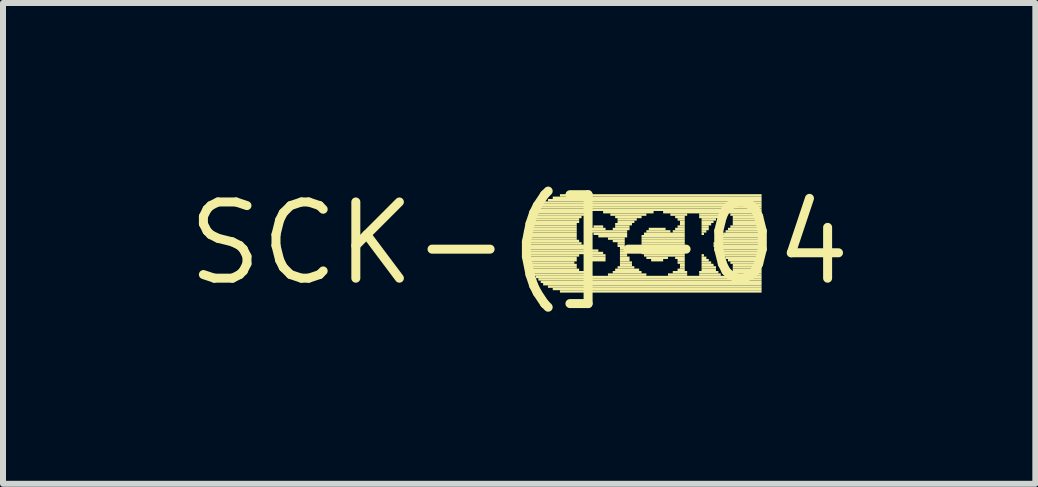
<source format=kicad_pcb>
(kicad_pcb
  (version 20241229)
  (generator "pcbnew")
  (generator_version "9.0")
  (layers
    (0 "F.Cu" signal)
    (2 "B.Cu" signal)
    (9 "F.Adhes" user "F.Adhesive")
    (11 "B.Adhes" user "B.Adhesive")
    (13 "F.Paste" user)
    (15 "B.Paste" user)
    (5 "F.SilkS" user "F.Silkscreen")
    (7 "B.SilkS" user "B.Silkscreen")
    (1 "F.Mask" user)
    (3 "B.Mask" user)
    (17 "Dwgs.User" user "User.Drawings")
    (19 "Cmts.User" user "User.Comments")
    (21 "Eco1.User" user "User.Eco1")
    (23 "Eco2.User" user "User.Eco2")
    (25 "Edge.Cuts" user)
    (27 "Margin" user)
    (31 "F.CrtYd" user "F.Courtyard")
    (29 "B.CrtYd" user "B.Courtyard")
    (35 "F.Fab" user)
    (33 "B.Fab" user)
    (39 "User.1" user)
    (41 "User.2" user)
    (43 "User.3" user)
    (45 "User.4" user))
  (footprint "SCK-(]-04"
    (layer "F.Cu")
    (at 5.601 1.006)
    (property "Reference" "SCK-(]-04" (at 0 0 0) (layer "F.SilkS") (effects (font (size 1.27 1.27) (thickness 0.15))))
    (fp_poly (pts (xy 0.08 -0.18) (xy 0.96 -0.18) (xy 0.96 -0.22) (xy 0.08 -0.22)) (stroke (width 0) (type solid)) (fill yes) (layer "F.SilkS"))
    (fp_poly (pts (xy 0.08 -0.14) (xy 0.96 -0.14) (xy 0.96 -0.18) (xy 0.08 -0.18)) (stroke (width 0) (type solid)) (fill yes) (layer "F.SilkS"))
    (fp_poly (pts (xy 0.08 -0.1) (xy 0.96 -0.1) (xy 0.96 -0.14) (xy 0.08 -0.14)) (stroke (width 0) (type solid)) (fill yes) (layer "F.SilkS"))
    (fp_poly (pts (xy 0.08 -0.06) (xy 0.96 -0.06) (xy 0.96 -0.1) (xy 0.08 -0.1)) (stroke (width 0) (type solid)) (fill yes) (layer "F.SilkS"))
    (fp_poly (pts (xy 0.08 -0.02) (xy 1 -0.02) (xy 1 -0.06) (xy 0.08 -0.06)) (stroke (width 0) (type solid)) (fill yes) (layer "F.SilkS"))
    (fp_poly (pts (xy 0.08 0.02) (xy 1.04 0.02) (xy 1.04 -0.02) (xy 0.08 -0.02)) (stroke (width 0) (type solid)) (fill yes) (layer "F.SilkS"))
    (fp_poly (pts (xy 0.08 0.06) (xy 1.08 0.06) (xy 1.08 0.02) (xy 0.08 0.02)) (stroke (width 0) (type solid)) (fill yes) (layer "F.SilkS"))
    (fp_poly (pts (xy 0.08 0.1) (xy 1.16 0.1) (xy 1.16 0.06) (xy 0.08 0.06)) (stroke (width 0) (type solid)) (fill yes) (layer "F.SilkS"))
    (fp_poly (pts (xy 0.08 0.14) (xy 1.32 0.14) (xy 1.32 0.1) (xy 0.08 0.1)) (stroke (width 0) (type solid)) (fill yes) (layer "F.SilkS"))
    (fp_poly (pts (xy 0.08 0.18) (xy 1.4 0.18) (xy 1.4 0.14) (xy 0.08 0.14)) (stroke (width 0) (type solid)) (fill yes) (layer "F.SilkS"))
    (fp_poly (pts (xy 0.08 0.22) (xy 1 0.22) (xy 1 0.18) (xy 0.08 0.18)) (stroke (width 0) (type solid)) (fill yes) (layer "F.SilkS"))
    (fp_poly (pts (xy 0.12 -0.3) (xy 0.96 -0.3) (xy 0.96 -0.34) (xy 0.12 -0.34)) (stroke (width 0) (type solid)) (fill yes) (layer "F.SilkS"))
    (fp_poly (pts (xy 0.12 -0.26) (xy 0.96 -0.26) (xy 0.96 -0.3) (xy 0.12 -0.3)) (stroke (width 0) (type solid)) (fill yes) (layer "F.SilkS"))
    (fp_poly (pts (xy 0.12 -0.22) (xy 0.96 -0.22) (xy 0.96 -0.26) (xy 0.12 -0.26)) (stroke (width 0) (type solid)) (fill yes) (layer "F.SilkS"))
    (fp_poly (pts (xy 0.12 0.26) (xy 0.96 0.26) (xy 0.96 0.22) (xy 0.12 0.22)) (stroke (width 0) (type solid)) (fill yes) (layer "F.SilkS"))
    (fp_poly (pts (xy 0.12 0.3) (xy 0.96 0.3) (xy 0.96 0.26) (xy 0.12 0.26)) (stroke (width 0) (type solid)) (fill yes) (layer "F.SilkS"))
    (fp_poly (pts (xy 0.12 0.34) (xy 0.92 0.34) (xy 0.92 0.3) (xy 0.12 0.3)) (stroke (width 0) (type solid)) (fill yes) (layer "F.SilkS"))
    (fp_poly (pts (xy 0.16 -0.38) (xy 1 -0.38) (xy 1 -0.42) (xy 0.16 -0.42)) (stroke (width 0) (type solid)) (fill yes) (layer "F.SilkS"))
    (fp_poly (pts (xy 0.16 -0.34) (xy 1 -0.34) (xy 1 -0.38) (xy 0.16 -0.38)) (stroke (width 0) (type solid)) (fill yes) (layer "F.SilkS"))
    (fp_poly (pts (xy 0.16 0.38) (xy 0.96 0.38) (xy 0.96 0.34) (xy 0.16 0.34)) (stroke (width 0) (type solid)) (fill yes) (layer "F.SilkS"))
    (fp_poly (pts (xy 0.16 0.42) (xy 0.96 0.42) (xy 0.96 0.38) (xy 0.16 0.38)) (stroke (width 0) (type solid)) (fill yes) (layer "F.SilkS"))
    (fp_poly (pts (xy 0.2 -0.46) (xy 1.08 -0.46) (xy 1.08 -0.5) (xy 0.2 -0.5)) (stroke (width 0) (type solid)) (fill yes) (layer "F.SilkS"))
    (fp_poly (pts (xy 0.2 -0.42) (xy 1.04 -0.42) (xy 1.04 -0.46) (xy 0.2 -0.46)) (stroke (width 0) (type solid)) (fill yes) (layer "F.SilkS"))
    (fp_poly (pts (xy 0.2 0.46) (xy 1 0.46) (xy 1 0.42) (xy 0.2 0.42)) (stroke (width 0) (type solid)) (fill yes) (layer "F.SilkS"))
    (fp_poly (pts (xy 0.2 0.5) (xy 1.08 0.5) (xy 1.08 0.46) (xy 0.2 0.46)) (stroke (width 0) (type solid)) (fill yes) (layer "F.SilkS"))
    (fp_poly (pts (xy 0.24 -0.5) (xy 1.2 -0.5) (xy 1.2 -0.54) (xy 0.24 -0.54)) (stroke (width 0) (type solid)) (fill yes) (layer "F.SilkS"))
    (fp_poly (pts (xy 0.24 0.54) (xy 1.12 0.54) (xy 1.12 0.5) (xy 0.24 0.5)) (stroke (width 0) (type solid)) (fill yes) (layer "F.SilkS"))
    (fp_poly (pts (xy 0.28 -0.54) (xy 4.04 -0.54) (xy 4.04 -0.58) (xy 0.28 -0.58)) (stroke (width 0) (type solid)) (fill yes) (layer "F.SilkS"))
    (fp_poly (pts (xy 0.28 0.58) (xy 4.04 0.58) (xy 4.04 0.54) (xy 0.28 0.54)) (stroke (width 0) (type solid)) (fill yes) (layer "F.SilkS"))
    (fp_poly (pts (xy 0.32 -0.58) (xy 4.04 -0.58) (xy 4.04 -0.62) (xy 0.32 -0.62)) (stroke (width 0) (type solid)) (fill yes) (layer "F.SilkS"))
    (fp_poly (pts (xy 0.32 0.62) (xy 4.04 0.62) (xy 4.04 0.58) (xy 0.32 0.58)) (stroke (width 0) (type solid)) (fill yes) (layer "F.SilkS"))
    (fp_poly (pts (xy 0.36 -0.62) (xy 4.04 -0.62) (xy 4.04 -0.66) (xy 0.36 -0.66)) (stroke (width 0) (type solid)) (fill yes) (layer "F.SilkS"))
    (fp_poly (pts (xy 0.36 0.66) (xy 4.04 0.66) (xy 4.04 0.62) (xy 0.36 0.62)) (stroke (width 0) (type solid)) (fill yes) (layer "F.SilkS"))
    (fp_poly (pts (xy 0.4 -0.66) (xy 4.04 -0.66) (xy 4.04 -0.7) (xy 0.4 -0.7)) (stroke (width 0) (type solid)) (fill yes) (layer "F.SilkS"))
    (fp_poly (pts (xy 0.4 0.7) (xy 4.04 0.7) (xy 4.04 0.66) (xy 0.4 0.66)) (stroke (width 0) (type solid)) (fill yes) (layer "F.SilkS"))
    (fp_poly (pts (xy 0.48 -0.7) (xy 4.04 -0.7) (xy 4.04 -0.74) (xy 0.48 -0.74)) (stroke (width 0) (type solid)) (fill yes) (layer "F.SilkS"))
    (fp_poly (pts (xy 0.48 0.74) (xy 4.04 0.74) (xy 4.04 0.7) (xy 0.48 0.7)) (stroke (width 0) (type solid)) (fill yes) (layer "F.SilkS"))
    (fp_poly (pts (xy 0.56 -0.74) (xy 4.04 -0.74) (xy 4.04 -0.78) (xy 0.56 -0.78)) (stroke (width 0) (type solid)) (fill yes) (layer "F.SilkS"))
    (fp_poly (pts (xy 0.56 0.78) (xy 4.04 0.78) (xy 4.04 0.74) (xy 0.56 0.74)) (stroke (width 0) (type solid)) (fill yes) (layer "F.SilkS"))
    (fp_poly (pts (xy 0.68 -0.78) (xy 4.04 -0.78) (xy 4.04 -0.82) (xy 0.68 -0.82)) (stroke (width 0) (type solid)) (fill yes) (layer "F.SilkS"))
    (fp_poly (pts (xy 0.68 0.82) (xy 4.04 0.82) (xy 4.04 0.78) (xy 0.68 0.78)) (stroke (width 0) (type solid)) (fill yes) (layer "F.SilkS"))
    (fp_poly (pts (xy 1.12 0.22) (xy 1.44 0.22) (xy 1.44 0.18) (xy 1.12 0.18)) (stroke (width 0) (type solid)) (fill yes) (layer "F.SilkS"))
    (fp_poly (pts (xy 1.16 0.26) (xy 1.44 0.26) (xy 1.44 0.22) (xy 1.16 0.22)) (stroke (width 0) (type solid)) (fill yes) (layer "F.SilkS"))
    (fp_poly (pts (xy 1.2 -0.22) (xy 1.44 -0.22) (xy 1.44 -0.26) (xy 1.2 -0.26)) (stroke (width 0) (type solid)) (fill yes) (layer "F.SilkS"))
    (fp_poly (pts (xy 1.2 -0.18) (xy 1.8 -0.18) (xy 1.8 -0.22) (xy 1.2 -0.22)) (stroke (width 0) (type solid)) (fill yes) (layer "F.SilkS"))
    (fp_poly (pts (xy 1.2 0.3) (xy 1.44 0.3) (xy 1.44 0.26) (xy 1.2 0.26)) (stroke (width 0) (type solid)) (fill yes) (layer "F.SilkS"))
    (fp_poly (pts (xy 1.24 -0.26) (xy 1.4 -0.26) (xy 1.4 -0.3) (xy 1.24 -0.3)) (stroke (width 0) (type solid)) (fill yes) (layer "F.SilkS"))
    (fp_poly (pts (xy 1.24 -0.14) (xy 1.8 -0.14) (xy 1.8 -0.18) (xy 1.24 -0.18)) (stroke (width 0) (type solid)) (fill yes) (layer "F.SilkS"))
    (fp_poly (pts (xy 1.32 -0.1) (xy 1.8 -0.1) (xy 1.8 -0.14) (xy 1.32 -0.14)) (stroke (width 0) (type solid)) (fill yes) (layer "F.SilkS"))
    (fp_poly (pts (xy 1.4 -0.5) (xy 2.24 -0.5) (xy 2.24 -0.54) (xy 1.4 -0.54)) (stroke (width 0) (type solid)) (fill yes) (layer "F.SilkS"))
    (fp_poly (pts (xy 1.48 -0.06) (xy 1.76 -0.06) (xy 1.76 -0.1) (xy 1.48 -0.1)) (stroke (width 0) (type solid)) (fill yes) (layer "F.SilkS"))
    (fp_poly (pts (xy 1.48 0.54) (xy 2.12 0.54) (xy 2.12 0.5) (xy 1.48 0.5)) (stroke (width 0) (type solid)) (fill yes) (layer "F.SilkS"))
    (fp_poly (pts (xy 1.52 -0.46) (xy 2.12 -0.46) (xy 2.12 -0.5) (xy 1.52 -0.5)) (stroke (width 0) (type solid)) (fill yes) (layer "F.SilkS"))
    (fp_poly (pts (xy 1.56 -0.22) (xy 1.84 -0.22) (xy 1.84 -0.26) (xy 1.56 -0.26)) (stroke (width 0) (type solid)) (fill yes) (layer "F.SilkS"))
    (fp_poly (pts (xy 1.56 -0.02) (xy 1.76 -0.02) (xy 1.76 -0.06) (xy 1.56 -0.06)) (stroke (width 0) (type solid)) (fill yes) (layer "F.SilkS"))
    (fp_poly (pts (xy 1.56 0.5) (xy 2.04 0.5) (xy 2.04 0.46) (xy 1.56 0.46)) (stroke (width 0) (type solid)) (fill yes) (layer "F.SilkS"))
    (fp_poly (pts (xy 1.6 -0.42) (xy 2.04 -0.42) (xy 2.04 -0.46) (xy 1.6 -0.46)) (stroke (width 0) (type solid)) (fill yes) (layer "F.SilkS"))
    (fp_poly (pts (xy 1.6 -0.3) (xy 1.88 -0.3) (xy 1.88 -0.34) (xy 1.6 -0.34)) (stroke (width 0) (type solid)) (fill yes) (layer "F.SilkS"))
    (fp_poly (pts (xy 1.6 -0.26) (xy 1.84 -0.26) (xy 1.84 -0.3) (xy 1.6 -0.3)) (stroke (width 0) (type solid)) (fill yes) (layer "F.SilkS"))
    (fp_poly (pts (xy 1.6 0.46) (xy 2 0.46) (xy 2 0.42) (xy 1.6 0.42)) (stroke (width 0) (type solid)) (fill yes) (layer "F.SilkS"))
    (fp_poly (pts (xy 1.64 -0.38) (xy 1.96 -0.38) (xy 1.96 -0.42) (xy 1.64 -0.42)) (stroke (width 0) (type solid)) (fill yes) (layer "F.SilkS"))
    (fp_poly (pts (xy 1.64 -0.34) (xy 1.92 -0.34) (xy 1.92 -0.38) (xy 1.64 -0.38)) (stroke (width 0) (type solid)) (fill yes) (layer "F.SilkS"))
    (fp_poly (pts (xy 1.64 0.02) (xy 1.76 0.02) (xy 1.76 -0.02) (xy 1.64 -0.02)) (stroke (width 0) (type solid)) (fill yes) (layer "F.SilkS"))
    (fp_poly (pts (xy 1.64 0.06) (xy 1.76 0.06) (xy 1.76 0.02) (xy 1.64 0.02)) (stroke (width 0) (type solid)) (fill yes) (layer "F.SilkS"))
    (fp_poly (pts (xy 1.64 0.42) (xy 1.92 0.42) (xy 1.92 0.38) (xy 1.64 0.38)) (stroke (width 0) (type solid)) (fill yes) (layer "F.SilkS"))
    (fp_poly (pts (xy 1.68 0.1) (xy 1.76 0.1) (xy 1.76 0.06) (xy 1.68 0.06)) (stroke (width 0) (type solid)) (fill yes) (layer "F.SilkS"))
    (fp_poly (pts (xy 1.68 0.14) (xy 1.8 0.14) (xy 1.8 0.1) (xy 1.68 0.1)) (stroke (width 0) (type solid)) (fill yes) (layer "F.SilkS"))
    (fp_poly (pts (xy 1.68 0.18) (xy 1.8 0.18) (xy 1.8 0.14) (xy 1.68 0.14)) (stroke (width 0) (type solid)) (fill yes) (layer "F.SilkS"))
    (fp_poly (pts (xy 1.68 0.22) (xy 1.8 0.22) (xy 1.8 0.18) (xy 1.68 0.18)) (stroke (width 0) (type solid)) (fill yes) (layer "F.SilkS"))
    (fp_poly (pts (xy 1.68 0.26) (xy 1.84 0.26) (xy 1.84 0.22) (xy 1.68 0.22)) (stroke (width 0) (type solid)) (fill yes) (layer "F.SilkS"))
    (fp_poly (pts (xy 1.68 0.3) (xy 1.84 0.3) (xy 1.84 0.26) (xy 1.68 0.26)) (stroke (width 0) (type solid)) (fill yes) (layer "F.SilkS"))
    (fp_poly (pts (xy 1.68 0.34) (xy 1.88 0.34) (xy 1.88 0.3) (xy 1.68 0.3)) (stroke (width 0) (type solid)) (fill yes) (layer "F.SilkS"))
    (fp_poly (pts (xy 1.68 0.38) (xy 1.88 0.38) (xy 1.88 0.34) (xy 1.68 0.34)) (stroke (width 0) (type solid)) (fill yes) (layer "F.SilkS"))
    (fp_poly (pts (xy 2.04 -0.1) (xy 2.76 -0.1) (xy 2.76 -0.14) (xy 2.04 -0.14)) (stroke (width 0) (type solid)) (fill yes) (layer "F.SilkS"))
    (fp_poly (pts (xy 2.04 -0.06) (xy 2.76 -0.06) (xy 2.76 -0.1) (xy 2.04 -0.1)) (stroke (width 0) (type solid)) (fill yes) (layer "F.SilkS"))
    (fp_poly (pts (xy 2.04 -0.02) (xy 2.76 -0.02) (xy 2.76 -0.06) (xy 2.04 -0.06)) (stroke (width 0) (type solid)) (fill yes) (layer "F.SilkS"))
    (fp_poly (pts (xy 2.04 0.02) (xy 2.76 0.02) (xy 2.76 -0.02) (xy 2.04 -0.02)) (stroke (width 0) (type solid)) (fill yes) (layer "F.SilkS"))
    (fp_poly (pts (xy 2.04 0.06) (xy 2.76 0.06) (xy 2.76 0.02) (xy 2.04 0.02)) (stroke (width 0) (type solid)) (fill yes) (layer "F.SilkS"))
    (fp_poly (pts (xy 2.04 0.1) (xy 2.76 0.1) (xy 2.76 0.06) (xy 2.04 0.06)) (stroke (width 0) (type solid)) (fill yes) (layer "F.SilkS"))
    (fp_poly (pts (xy 2.04 0.14) (xy 2.76 0.14) (xy 2.76 0.1) (xy 2.04 0.1)) (stroke (width 0) (type solid)) (fill yes) (layer "F.SilkS"))
    (fp_poly (pts (xy 2.04 0.18) (xy 2.76 0.18) (xy 2.76 0.14) (xy 2.04 0.14)) (stroke (width 0) (type solid)) (fill yes) (layer "F.SilkS"))
    (fp_poly (pts (xy 2.08 -0.14) (xy 2.76 -0.14) (xy 2.76 -0.18) (xy 2.08 -0.18)) (stroke (width 0) (type solid)) (fill yes) (layer "F.SilkS"))
    (fp_poly (pts (xy 2.08 0.22) (xy 2.76 0.22) (xy 2.76 0.18) (xy 2.08 0.18)) (stroke (width 0) (type solid)) (fill yes) (layer "F.SilkS"))
    (fp_poly (pts (xy 2.12 -0.18) (xy 2.52 -0.18) (xy 2.52 -0.22) (xy 2.12 -0.22)) (stroke (width 0) (type solid)) (fill yes) (layer "F.SilkS"))
    (fp_poly (pts (xy 2.12 0.26) (xy 2.48 0.26) (xy 2.48 0.22) (xy 2.12 0.22)) (stroke (width 0) (type solid)) (fill yes) (layer "F.SilkS"))
    (fp_poly (pts (xy 2.16 -0.22) (xy 2.44 -0.22) (xy 2.44 -0.26) (xy 2.16 -0.26)) (stroke (width 0) (type solid)) (fill yes) (layer "F.SilkS"))
    (fp_poly (pts (xy 2.2 0.3) (xy 2.4 0.3) (xy 2.4 0.26) (xy 2.2 0.26)) (stroke (width 0) (type solid)) (fill yes) (layer "F.SilkS"))
    (fp_poly (pts (xy 2.4 -0.5) (xy 3.4 -0.5) (xy 3.4 -0.54) (xy 2.4 -0.54)) (stroke (width 0) (type solid)) (fill yes) (layer "F.SilkS"))
    (fp_poly (pts (xy 2.48 0.54) (xy 2.8 0.54) (xy 2.8 0.5) (xy 2.48 0.5)) (stroke (width 0) (type solid)) (fill yes) (layer "F.SilkS"))
    (fp_poly (pts (xy 2.52 -0.46) (xy 2.8 -0.46) (xy 2.8 -0.5) (xy 2.52 -0.5)) (stroke (width 0) (type solid)) (fill yes) (layer "F.SilkS"))
    (fp_poly (pts (xy 2.56 -0.18) (xy 2.76 -0.18) (xy 2.76 -0.22) (xy 2.56 -0.22)) (stroke (width 0) (type solid)) (fill yes) (layer "F.SilkS"))
    (fp_poly (pts (xy 2.56 0.5) (xy 2.8 0.5) (xy 2.8 0.46) (xy 2.56 0.46)) (stroke (width 0) (type solid)) (fill yes) (layer "F.SilkS"))
    (fp_poly (pts (xy 2.6 -0.42) (xy 2.76 -0.42) (xy 2.76 -0.46) (xy 2.6 -0.46)) (stroke (width 0) (type solid)) (fill yes) (layer "F.SilkS"))
    (fp_poly (pts (xy 2.6 -0.22) (xy 2.76 -0.22) (xy 2.76 -0.26) (xy 2.6 -0.26)) (stroke (width 0) (type solid)) (fill yes) (layer "F.SilkS"))
    (fp_poly (pts (xy 2.6 0.26) (xy 2.76 0.26) (xy 2.76 0.22) (xy 2.6 0.22)) (stroke (width 0) (type solid)) (fill yes) (layer "F.SilkS"))
    (fp_poly (pts (xy 2.64 -0.38) (xy 2.76 -0.38) (xy 2.76 -0.42) (xy 2.64 -0.42)) (stroke (width 0) (type solid)) (fill yes) (layer "F.SilkS"))
    (fp_poly (pts (xy 2.64 -0.26) (xy 2.76 -0.26) (xy 2.76 -0.3) (xy 2.64 -0.3)) (stroke (width 0) (type solid)) (fill yes) (layer "F.SilkS"))
    (fp_poly (pts (xy 2.64 0.3) (xy 2.76 0.3) (xy 2.76 0.26) (xy 2.64 0.26)) (stroke (width 0) (type solid)) (fill yes) (layer "F.SilkS"))
    (fp_poly (pts (xy 2.64 0.34) (xy 2.76 0.34) (xy 2.76 0.3) (xy 2.64 0.3)) (stroke (width 0) (type solid)) (fill yes) (layer "F.SilkS"))
    (fp_poly (pts (xy 2.64 0.46) (xy 2.76 0.46) (xy 2.76 0.42) (xy 2.64 0.42)) (stroke (width 0) (type solid)) (fill yes) (layer "F.SilkS"))
    (fp_poly (pts (xy 2.68 -0.34) (xy 2.76 -0.34) (xy 2.76 -0.38) (xy 2.68 -0.38)) (stroke (width 0) (type solid)) (fill yes) (layer "F.SilkS"))
    (fp_poly (pts (xy 2.68 -0.3) (xy 2.76 -0.3) (xy 2.76 -0.34) (xy 2.68 -0.34)) (stroke (width 0) (type solid)) (fill yes) (layer "F.SilkS"))
    (fp_poly (pts (xy 2.68 0.38) (xy 2.76 0.38) (xy 2.76 0.34) (xy 2.68 0.34)) (stroke (width 0) (type solid)) (fill yes) (layer "F.SilkS"))
    (fp_poly (pts (xy 2.68 0.42) (xy 2.76 0.42) (xy 2.76 0.38) (xy 2.68 0.38)) (stroke (width 0) (type solid)) (fill yes) (layer "F.SilkS"))
    (fp_poly (pts (xy 3 -0.46) (xy 3.36 -0.46) (xy 3.36 -0.5) (xy 3 -0.5)) (stroke (width 0) (type solid)) (fill yes) (layer "F.SilkS"))
    (fp_poly (pts (xy 3 -0.42) (xy 3.32 -0.42) (xy 3.32 -0.46) (xy 3 -0.46)) (stroke (width 0) (type solid)) (fill yes) (layer "F.SilkS"))
    (fp_poly (pts (xy 3 0.5) (xy 3.32 0.5) (xy 3.32 0.46) (xy 3 0.46)) (stroke (width 0) (type solid)) (fill yes) (layer "F.SilkS"))
    (fp_poly (pts (xy 3 0.54) (xy 3.36 0.54) (xy 3.36 0.5) (xy 3 0.5)) (stroke (width 0) (type solid)) (fill yes) (layer "F.SilkS"))
    (fp_poly (pts (xy 3.04 -0.38) (xy 3.28 -0.38) (xy 3.28 -0.42) (xy 3.04 -0.42)) (stroke (width 0) (type solid)) (fill yes) (layer "F.SilkS"))
    (fp_poly (pts (xy 3.04 -0.34) (xy 3.24 -0.34) (xy 3.24 -0.38) (xy 3.04 -0.38)) (stroke (width 0) (type solid)) (fill yes) (layer "F.SilkS"))
    (fp_poly (pts (xy 3.04 -0.3) (xy 3.2 -0.3) (xy 3.2 -0.34) (xy 3.04 -0.34)) (stroke (width 0) (type solid)) (fill yes) (layer "F.SilkS"))
    (fp_poly (pts (xy 3.04 -0.26) (xy 3.16 -0.26) (xy 3.16 -0.3) (xy 3.04 -0.3)) (stroke (width 0) (type solid)) (fill yes) (layer "F.SilkS"))
    (fp_poly (pts (xy 3.04 -0.22) (xy 3.16 -0.22) (xy 3.16 -0.26) (xy 3.04 -0.26)) (stroke (width 0) (type solid)) (fill yes) (layer "F.SilkS"))
    (fp_poly (pts (xy 3.04 -0.18) (xy 3.12 -0.18) (xy 3.12 -0.22) (xy 3.04 -0.22)) (stroke (width 0) (type solid)) (fill yes) (layer "F.SilkS"))
    (fp_poly (pts (xy 3.04 -0.14) (xy 3.08 -0.14) (xy 3.08 -0.18) (xy 3.04 -0.18)) (stroke (width 0) (type solid)) (fill yes) (layer "F.SilkS"))
    (fp_poly (pts (xy 3.04 0.22) (xy 3.08 0.22) (xy 3.08 0.18) (xy 3.04 0.18)) (stroke (width 0) (type solid)) (fill yes) (layer "F.SilkS"))
    (fp_poly (pts (xy 3.04 0.26) (xy 3.12 0.26) (xy 3.12 0.22) (xy 3.04 0.22)) (stroke (width 0) (type solid)) (fill yes) (layer "F.SilkS"))
    (fp_poly (pts (xy 3.04 0.3) (xy 3.16 0.3) (xy 3.16 0.26) (xy 3.04 0.26)) (stroke (width 0) (type solid)) (fill yes) (layer "F.SilkS"))
    (fp_poly (pts (xy 3.04 0.34) (xy 3.2 0.34) (xy 3.2 0.3) (xy 3.04 0.3)) (stroke (width 0) (type solid)) (fill yes) (layer "F.SilkS"))
    (fp_poly (pts (xy 3.04 0.38) (xy 3.24 0.38) (xy 3.24 0.34) (xy 3.04 0.34)) (stroke (width 0) (type solid)) (fill yes) (layer "F.SilkS"))
    (fp_poly (pts (xy 3.04 0.42) (xy 3.28 0.42) (xy 3.28 0.38) (xy 3.04 0.38)) (stroke (width 0) (type solid)) (fill yes) (layer "F.SilkS"))
    (fp_poly (pts (xy 3.04 0.46) (xy 3.28 0.46) (xy 3.28 0.42) (xy 3.04 0.42)) (stroke (width 0) (type solid)) (fill yes) (layer "F.SilkS"))
    (fp_poly (pts (xy 3.24 0.02) (xy 4.04 0.02) (xy 4.04 -0.02) (xy 3.24 -0.02)) (stroke (width 0) (type solid)) (fill yes) (layer "F.SilkS"))
    (fp_poly (pts (xy 3.24 0.06) (xy 4.04 0.06) (xy 4.04 0.02) (xy 3.24 0.02)) (stroke (width 0) (type solid)) (fill yes) (layer "F.SilkS"))
    (fp_poly (pts (xy 3.28 -0.02) (xy 4.04 -0.02) (xy 4.04 -0.06) (xy 3.28 -0.06)) (stroke (width 0) (type solid)) (fill yes) (layer "F.SilkS"))
    (fp_poly (pts (xy 3.28 0.1) (xy 4.04 0.1) (xy 4.04 0.06) (xy 3.28 0.06)) (stroke (width 0) (type solid)) (fill yes) (layer "F.SilkS"))
    (fp_poly (pts (xy 3.32 -0.06) (xy 4.04 -0.06) (xy 4.04 -0.1) (xy 3.32 -0.1)) (stroke (width 0) (type solid)) (fill yes) (layer "F.SilkS"))
    (fp_poly (pts (xy 3.32 0.14) (xy 4.04 0.14) (xy 4.04 0.1) (xy 3.32 0.1)) (stroke (width 0) (type solid)) (fill yes) (layer "F.SilkS"))
    (fp_poly (pts (xy 3.36 -0.1) (xy 4.04 -0.1) (xy 4.04 -0.14) (xy 3.36 -0.14)) (stroke (width 0) (type solid)) (fill yes) (layer "F.SilkS"))
    (fp_poly (pts (xy 3.36 0.18) (xy 4.04 0.18) (xy 4.04 0.14) (xy 3.36 0.14)) (stroke (width 0) (type solid)) (fill yes) (layer "F.SilkS"))
    (fp_poly (pts (xy 3.4 -0.14) (xy 4.04 -0.14) (xy 4.04 -0.18) (xy 3.4 -0.18)) (stroke (width 0) (type solid)) (fill yes) (layer "F.SilkS"))
    (fp_poly (pts (xy 3.4 0.22) (xy 4.04 0.22) (xy 4.04 0.18) (xy 3.4 0.18)) (stroke (width 0) (type solid)) (fill yes) (layer "F.SilkS"))
    (fp_poly (pts (xy 3.44 -0.18) (xy 4.04 -0.18) (xy 4.04 -0.22) (xy 3.44 -0.22)) (stroke (width 0) (type solid)) (fill yes) (layer "F.SilkS"))
    (fp_poly (pts (xy 3.44 0.26) (xy 4.04 0.26) (xy 4.04 0.22) (xy 3.44 0.22)) (stroke (width 0) (type solid)) (fill yes) (layer "F.SilkS"))
    (fp_poly (pts (xy 3.48 -0.5) (xy 4.04 -0.5) (xy 4.04 -0.54) (xy 3.48 -0.54)) (stroke (width 0) (type solid)) (fill yes) (layer "F.SilkS"))
    (fp_poly (pts (xy 3.48 -0.22) (xy 4.04 -0.22) (xy 4.04 -0.26) (xy 3.48 -0.26)) (stroke (width 0) (type solid)) (fill yes) (layer "F.SilkS"))
    (fp_poly (pts (xy 3.48 0.3) (xy 4.04 0.3) (xy 4.04 0.26) (xy 3.48 0.26)) (stroke (width 0) (type solid)) (fill yes) (layer "F.SilkS"))
    (fp_poly (pts (xy 3.52 -0.46) (xy 4.04 -0.46) (xy 4.04 -0.5) (xy 3.52 -0.5)) (stroke (width 0) (type solid)) (fill yes) (layer "F.SilkS"))
    (fp_poly (pts (xy 3.52 -0.26) (xy 4.04 -0.26) (xy 4.04 -0.3) (xy 3.52 -0.3)) (stroke (width 0) (type solid)) (fill yes) (layer "F.SilkS"))
    (fp_poly (pts (xy 3.52 0.34) (xy 4.04 0.34) (xy 4.04 0.3) (xy 3.52 0.3)) (stroke (width 0) (type solid)) (fill yes) (layer "F.SilkS"))
    (fp_poly (pts (xy 3.52 0.54) (xy 4.04 0.54) (xy 4.04 0.5) (xy 3.52 0.5)) (stroke (width 0) (type solid)) (fill yes) (layer "F.SilkS"))
    (fp_poly (pts (xy 3.56 -0.42) (xy 4.04 -0.42) (xy 4.04 -0.46) (xy 3.56 -0.46)) (stroke (width 0) (type solid)) (fill yes) (layer "F.SilkS"))
    (fp_poly (pts (xy 3.56 -0.38) (xy 4.04 -0.38) (xy 4.04 -0.42) (xy 3.56 -0.42)) (stroke (width 0) (type solid)) (fill yes) (layer "F.SilkS"))
    (fp_poly (pts (xy 3.56 -0.34) (xy 4.04 -0.34) (xy 4.04 -0.38) (xy 3.56 -0.38)) (stroke (width 0) (type solid)) (fill yes) (layer "F.SilkS"))
    (fp_poly (pts (xy 3.56 -0.3) (xy 4.04 -0.3) (xy 4.04 -0.34) (xy 3.56 -0.34)) (stroke (width 0) (type solid)) (fill yes) (layer "F.SilkS"))
    (fp_poly (pts (xy 3.56 0.38) (xy 4.04 0.38) (xy 4.04 0.34) (xy 3.56 0.34)) (stroke (width 0) (type solid)) (fill yes) (layer "F.SilkS"))
    (fp_poly (pts (xy 3.56 0.42) (xy 4.04 0.42) (xy 4.04 0.38) (xy 3.56 0.38)) (stroke (width 0) (type solid)) (fill yes) (layer "F.SilkS"))
    (fp_poly (pts (xy 3.56 0.46) (xy 4.04 0.46) (xy 4.04 0.42) (xy 3.56 0.42)) (stroke (width 0) (type solid)) (fill yes) (layer "F.SilkS"))
    (fp_poly (pts (xy 3.56 0.5) (xy 4.04 0.5) (xy 4.04 0.46) (xy 3.56 0.46)) (stroke (width 0) (type solid)) (fill yes) (layer "F.SilkS")))
  (gr_rect
    (start -3 -3)
    (end 14.203 5.012)
    (stroke (width 0.1) (type default))
    (fill no)
    (layer "Edge.Cuts")))
</source>
